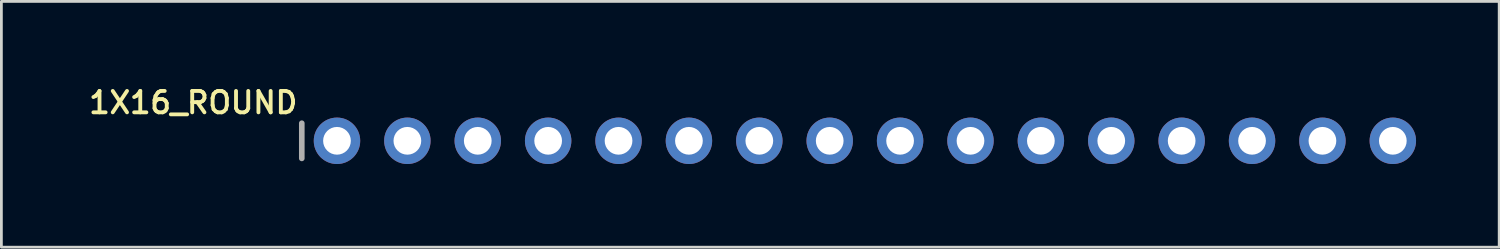
<source format=kicad_pcb>
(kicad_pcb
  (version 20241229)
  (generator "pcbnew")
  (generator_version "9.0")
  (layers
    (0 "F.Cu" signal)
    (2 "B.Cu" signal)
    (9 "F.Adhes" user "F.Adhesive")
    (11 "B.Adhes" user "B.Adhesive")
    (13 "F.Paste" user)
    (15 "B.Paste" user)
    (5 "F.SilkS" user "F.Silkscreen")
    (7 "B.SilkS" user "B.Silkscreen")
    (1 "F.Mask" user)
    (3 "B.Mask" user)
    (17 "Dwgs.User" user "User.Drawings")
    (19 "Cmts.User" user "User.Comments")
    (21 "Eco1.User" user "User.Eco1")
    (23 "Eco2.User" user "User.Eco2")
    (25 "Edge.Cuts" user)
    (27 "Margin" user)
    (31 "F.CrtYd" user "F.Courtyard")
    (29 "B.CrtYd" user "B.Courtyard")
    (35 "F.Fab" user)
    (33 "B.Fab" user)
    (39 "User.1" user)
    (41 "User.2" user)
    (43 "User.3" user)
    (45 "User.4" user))
  (footprint "1X16_ROUND"
    (layer "F.Cu")
    (at 28.16 2.031)
    (property "Reference" "1X16_ROUND" (at -20.396 -1.829 180) (layer "F.SilkS") (effects (font (size 0.772 0.772) (thickness 0.139)) (justify right top)))
    (attr through_hole)
    (fp_line (start -20.32 -0.635) (end -20.32 0.635) (stroke (width 0.203) (type solid)) (layer "F.Fab"))
    (fp_poly (pts (xy -19.304 0.254) (xy -18.796 0.254) (xy -18.796 -0.254) (xy -19.304 -0.254)) (stroke (width 0.1) (type solid)) (fill no) (layer "F.Fab"))
    (fp_poly (pts (xy -16.764 0.254) (xy -16.256 0.254) (xy -16.256 -0.254) (xy -16.764 -0.254)) (stroke (width 0.1) (type solid)) (fill no) (layer "F.Fab"))
    (fp_poly (pts (xy -14.224 0.254) (xy -13.716 0.254) (xy -13.716 -0.254) (xy -14.224 -0.254)) (stroke (width 0.1) (type solid)) (fill no) (layer "F.Fab"))
    (fp_poly (pts (xy -11.684 0.254) (xy -11.176 0.254) (xy -11.176 -0.254) (xy -11.684 -0.254)) (stroke (width 0.1) (type solid)) (fill no) (layer "F.Fab"))
    (fp_poly (pts (xy -9.144 0.254) (xy -8.636 0.254) (xy -8.636 -0.254) (xy -9.144 -0.254)) (stroke (width 0.1) (type solid)) (fill no) (layer "F.Fab"))
    (fp_poly (pts (xy -6.604 0.254) (xy -6.096 0.254) (xy -6.096 -0.254) (xy -6.604 -0.254)) (stroke (width 0.1) (type solid)) (fill no) (layer "F.Fab"))
    (fp_poly (pts (xy -4.064 0.254) (xy -3.556 0.254) (xy -3.556 -0.254) (xy -4.064 -0.254)) (stroke (width 0.1) (type solid)) (fill no) (layer "F.Fab"))
    (fp_poly (pts (xy -1.524 0.254) (xy -1.016 0.254) (xy -1.016 -0.254) (xy -1.524 -0.254)) (stroke (width 0.1) (type solid)) (fill no) (layer "F.Fab"))
    (fp_poly (pts (xy 1.016 0.254) (xy 1.524 0.254) (xy 1.524 -0.254) (xy 1.016 -0.254)) (stroke (width 0.1) (type solid)) (fill no) (layer "F.Fab"))
    (fp_poly (pts (xy 3.556 0.254) (xy 4.064 0.254) (xy 4.064 -0.254) (xy 3.556 -0.254)) (stroke (width 0.1) (type solid)) (fill no) (layer "F.Fab"))
    (fp_poly (pts (xy 6.096 0.254) (xy 6.604 0.254) (xy 6.604 -0.254) (xy 6.096 -0.254)) (stroke (width 0.1) (type solid)) (fill no) (layer "F.Fab"))
    (fp_poly (pts (xy 8.636 0.254) (xy 9.144 0.254) (xy 9.144 -0.254) (xy 8.636 -0.254)) (stroke (width 0.1) (type solid)) (fill no) (layer "F.Fab"))
    (fp_poly (pts (xy 11.176 0.254) (xy 11.684 0.254) (xy 11.684 -0.254) (xy 11.176 -0.254)) (stroke (width 0.1) (type solid)) (fill no) (layer "F.Fab"))
    (fp_poly (pts (xy 13.716 0.254) (xy 14.224 0.254) (xy 14.224 -0.254) (xy 13.716 -0.254)) (stroke (width 0.1) (type solid)) (fill no) (layer "F.Fab"))
    (fp_poly (pts (xy 16.256 0.254) (xy 16.764 0.254) (xy 16.764 -0.254) (xy 16.256 -0.254)) (stroke (width 0.1) (type solid)) (fill no) (layer "F.Fab"))
    (fp_poly (pts (xy 18.796 0.254) (xy 19.304 0.254) (xy 19.304 -0.254) (xy 18.796 -0.254)) (stroke (width 0.1) (type solid)) (fill no) (layer "F.Fab"))
    (pad "1" thru_hole circle (at -19.05 0 90) (size 1.676 1.676) (drill 1) (layers "*.Cu" "*.Mask"))
    (pad "2" thru_hole circle (at -16.51 0 90) (size 1.676 1.676) (drill 1) (layers "*.Cu" "*.Mask"))
    (pad "3" thru_hole circle (at -13.97 0 90) (size 1.676 1.676) (drill 1) (layers "*.Cu" "*.Mask"))
    (pad "4" thru_hole circle (at -11.43 0 90) (size 1.676 1.676) (drill 1) (layers "*.Cu" "*.Mask"))
    (pad "5" thru_hole circle (at -8.89 0 90) (size 1.676 1.676) (drill 1) (layers "*.Cu" "*.Mask"))
    (pad "6" thru_hole circle (at -6.35 0 90) (size 1.676 1.676) (drill 1) (layers "*.Cu" "*.Mask"))
    (pad "7" thru_hole circle (at -3.81 0 90) (size 1.676 1.676) (drill 1) (layers "*.Cu" "*.Mask"))
    (pad "8" thru_hole circle (at -1.27 0 90) (size 1.676 1.676) (drill 1) (layers "*.Cu" "*.Mask"))
    (pad "9" thru_hole circle (at 1.27 0 90) (size 1.676 1.676) (drill 1) (layers "*.Cu" "*.Mask"))
    (pad "10" thru_hole circle (at 3.81 0 90) (size 1.676 1.676) (drill 1) (layers "*.Cu" "*.Mask"))
    (pad "11" thru_hole circle (at 6.35 0 90) (size 1.676 1.676) (drill 1) (layers "*.Cu" "*.Mask"))
    (pad "12" thru_hole circle (at 8.89 0 90) (size 1.676 1.676) (drill 1) (layers "*.Cu" "*.Mask"))
    (pad "13" thru_hole circle (at 11.43 0 90) (size 1.676 1.676) (drill 1) (layers "*.Cu" "*.Mask"))
    (pad "14" thru_hole circle (at 13.97 0 90) (size 1.676 1.676) (drill 1) (layers "*.Cu" "*.Mask"))
    (pad "15" thru_hole circle (at 16.51 0 90) (size 1.676 1.676) (drill 1) (layers "*.Cu" "*.Mask"))
    (pad "16" thru_hole circle (at 19.05 0 90) (size 1.676 1.676) (drill 1) (layers "*.Cu" "*.Mask")))
  (gr_rect
    (start -3 -3)
    (end 51.048 5.869)
    (stroke (width 0.1) (type default))
    (fill no)
    (layer "Edge.Cuts")))
</source>
